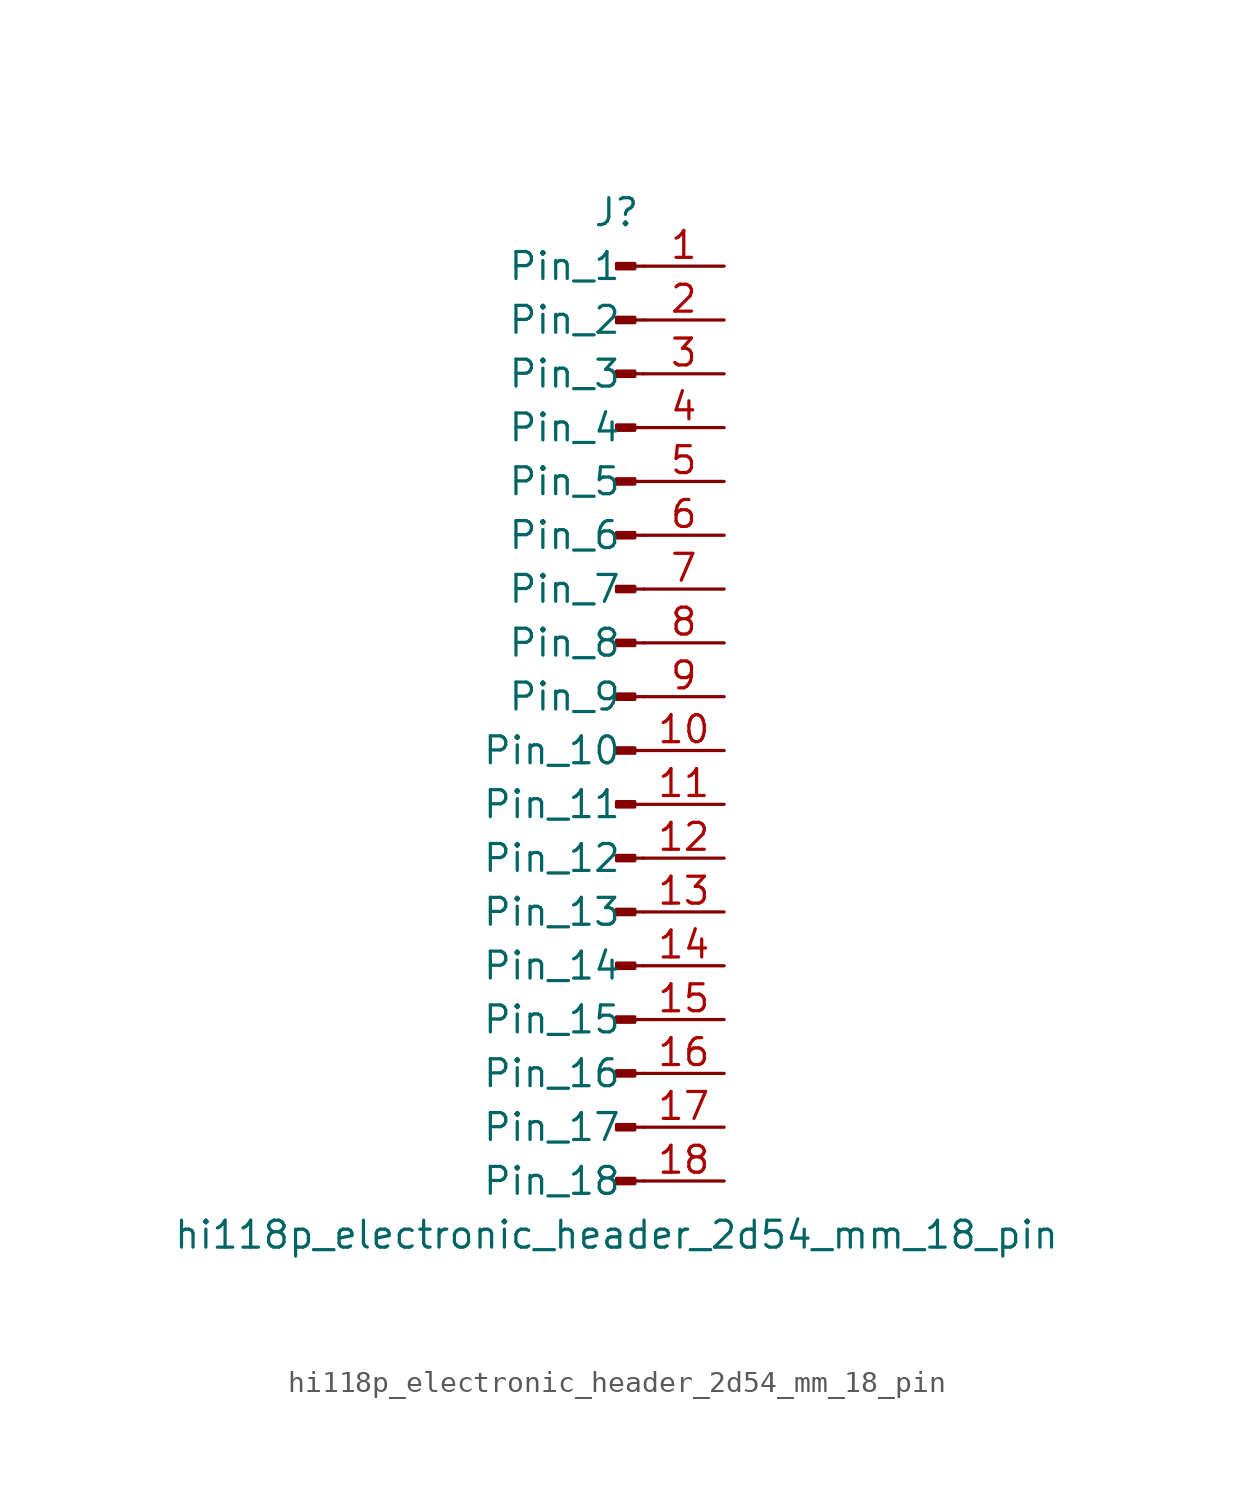
<source format=kicad_sym>
(kicad_symbol_lib
  (version 20220914)
  (generator kicad_symbol_editor)
  (symbol "hi118p_electronic_header_2d54_mm_18_pin"
    (pin_names
      (offset 1.016))
    (property "Reference" "J"
      (at 0 22.86 0)
      (effects (font (size 1.27 1.27))))
    (property "Value" "hi118p_electronic_header_2d54_mm_18_pin"
      (at 0 -25.4 0)
      (effects (font (size 1.27 1.27))))
    (property "ki_locked" ""
      (at 0 0 0)
      (effects (font (size 1.27 1.27))))
    (symbol "hi118p_electronic_header_2d54_mm_18_pin_1_1"
      (polyline (pts (xy 1.27 -22.86) (xy 0.864 -22.86)) (stroke (width 0.152) (type default)) (fill (type none)))
      (polyline (pts (xy 1.27 -20.32) (xy 0.864 -20.32)) (stroke (width 0.152) (type default)) (fill (type none)))
      (polyline (pts (xy 1.27 -17.78) (xy 0.864 -17.78)) (stroke (width 0.152) (type default)) (fill (type none)))
      (polyline (pts (xy 1.27 -15.24) (xy 0.864 -15.24)) (stroke (width 0.152) (type default)) (fill (type none)))
      (polyline (pts (xy 1.27 -12.7) (xy 0.864 -12.7)) (stroke (width 0.152) (type default)) (fill (type none)))
      (polyline (pts (xy 1.27 -10.16) (xy 0.864 -10.16)) (stroke (width 0.152) (type default)) (fill (type none)))
      (polyline (pts (xy 1.27 -7.62) (xy 0.864 -7.62)) (stroke (width 0.152) (type default)) (fill (type none)))
      (polyline (pts (xy 1.27 -5.08) (xy 0.864 -5.08)) (stroke (width 0.152) (type default)) (fill (type none)))
      (polyline (pts (xy 1.27 -2.54) (xy 0.864 -2.54)) (stroke (width 0.152) (type default)) (fill (type none)))
      (polyline (pts (xy 1.27 0) (xy 0.864 0)) (stroke (width 0.152) (type default)) (fill (type none)))
      (polyline (pts (xy 1.27 2.54) (xy 0.864 2.54)) (stroke (width 0.152) (type default)) (fill (type none)))
      (polyline (pts (xy 1.27 5.08) (xy 0.864 5.08)) (stroke (width 0.152) (type default)) (fill (type none)))
      (polyline (pts (xy 1.27 7.62) (xy 0.864 7.62)) (stroke (width 0.152) (type default)) (fill (type none)))
      (polyline (pts (xy 1.27 10.16) (xy 0.864 10.16)) (stroke (width 0.152) (type default)) (fill (type none)))
      (polyline (pts (xy 1.27 12.7) (xy 0.864 12.7)) (stroke (width 0.152) (type default)) (fill (type none)))
      (polyline (pts (xy 1.27 15.24) (xy 0.864 15.24)) (stroke (width 0.152) (type default)) (fill (type none)))
      (polyline (pts (xy 1.27 17.78) (xy 0.864 17.78)) (stroke (width 0.152) (type default)) (fill (type none)))
      (polyline (pts (xy 1.27 20.32) (xy 0.864 20.32)) (stroke (width 0.152) (type default)) (fill (type none)))
      (rectangle (start 0.864 -22.733) (end 0 -22.987) (stroke (width 0.152) (type default)) (fill (type outline)))
      (rectangle (start 0.864 -20.193) (end 0 -20.447) (stroke (width 0.152) (type default)) (fill (type outline)))
      (rectangle (start 0.864 -17.653) (end 0 -17.907) (stroke (width 0.152) (type default)) (fill (type outline)))
      (rectangle (start 0.864 -15.113) (end 0 -15.367) (stroke (width 0.152) (type default)) (fill (type outline)))
      (rectangle (start 0.864 -12.573) (end 0 -12.827) (stroke (width 0.152) (type default)) (fill (type outline)))
      (rectangle (start 0.864 -10.033) (end 0 -10.287) (stroke (width 0.152) (type default)) (fill (type outline)))
      (rectangle (start 0.864 -7.493) (end 0 -7.747) (stroke (width 0.152) (type default)) (fill (type outline)))
      (rectangle (start 0.864 -4.953) (end 0 -5.207) (stroke (width 0.152) (type default)) (fill (type outline)))
      (rectangle (start 0.864 -2.413) (end 0 -2.667) (stroke (width 0.152) (type default)) (fill (type outline)))
      (rectangle (start 0.864 0.127) (end 0 -0.127) (stroke (width 0.152) (type default)) (fill (type outline)))
      (rectangle (start 0.864 2.667) (end 0 2.413) (stroke (width 0.152) (type default)) (fill (type outline)))
      (rectangle (start 0.864 5.207) (end 0 4.953) (stroke (width 0.152) (type default)) (fill (type outline)))
      (rectangle (start 0.864 7.747) (end 0 7.493) (stroke (width 0.152) (type default)) (fill (type outline)))
      (rectangle (start 0.864 10.287) (end 0 10.033) (stroke (width 0.152) (type default)) (fill (type outline)))
      (rectangle (start 0.864 12.827) (end 0 12.573) (stroke (width 0.152) (type default)) (fill (type outline)))
      (rectangle (start 0.864 15.367) (end 0 15.113) (stroke (width 0.152) (type default)) (fill (type outline)))
      (rectangle (start 0.864 17.907) (end 0 17.653) (stroke (width 0.152) (type default)) (fill (type outline)))
      (rectangle (start 0.864 20.447) (end 0 20.193) (stroke (width 0.152) (type default)) (fill (type outline)))
      (pin passive line (at 5.08 20.32 180) (length 3.81) (name "Pin_1" (effects (font (size 1.27 1.27)))) (number "1" (effects (font (size 1.27 1.27)))))
      (pin passive line (at 5.08 -2.54 180) (length 3.81) (name "Pin_10" (effects (font (size 1.27 1.27)))) (number "10" (effects (font (size 1.27 1.27)))))
      (pin passive line (at 5.08 -5.08 180) (length 3.81) (name "Pin_11" (effects (font (size 1.27 1.27)))) (number "11" (effects (font (size 1.27 1.27)))))
      (pin passive line (at 5.08 -7.62 180) (length 3.81) (name "Pin_12" (effects (font (size 1.27 1.27)))) (number "12" (effects (font (size 1.27 1.27)))))
      (pin passive line (at 5.08 -10.16 180) (length 3.81) (name "Pin_13" (effects (font (size 1.27 1.27)))) (number "13" (effects (font (size 1.27 1.27)))))
      (pin passive line (at 5.08 -12.7 180) (length 3.81) (name "Pin_14" (effects (font (size 1.27 1.27)))) (number "14" (effects (font (size 1.27 1.27)))))
      (pin passive line (at 5.08 -15.24 180) (length 3.81) (name "Pin_15" (effects (font (size 1.27 1.27)))) (number "15" (effects (font (size 1.27 1.27)))))
      (pin passive line (at 5.08 -17.78 180) (length 3.81) (name "Pin_16" (effects (font (size 1.27 1.27)))) (number "16" (effects (font (size 1.27 1.27)))))
      (pin passive line (at 5.08 -20.32 180) (length 3.81) (name "Pin_17" (effects (font (size 1.27 1.27)))) (number "17" (effects (font (size 1.27 1.27)))))
      (pin passive line (at 5.08 -22.86 180) (length 3.81) (name "Pin_18" (effects (font (size 1.27 1.27)))) (number "18" (effects (font (size 1.27 1.27)))))
      (pin passive line (at 5.08 17.78 180) (length 3.81) (name "Pin_2" (effects (font (size 1.27 1.27)))) (number "2" (effects (font (size 1.27 1.27)))))
      (pin passive line (at 5.08 15.24 180) (length 3.81) (name "Pin_3" (effects (font (size 1.27 1.27)))) (number "3" (effects (font (size 1.27 1.27)))))
      (pin passive line (at 5.08 12.7 180) (length 3.81) (name "Pin_4" (effects (font (size 1.27 1.27)))) (number "4" (effects (font (size 1.27 1.27)))))
      (pin passive line (at 5.08 10.16 180) (length 3.81) (name "Pin_5" (effects (font (size 1.27 1.27)))) (number "5" (effects (font (size 1.27 1.27)))))
      (pin passive line (at 5.08 7.62 180) (length 3.81) (name "Pin_6" (effects (font (size 1.27 1.27)))) (number "6" (effects (font (size 1.27 1.27)))))
      (pin passive line (at 5.08 5.08 180) (length 3.81) (name "Pin_7" (effects (font (size 1.27 1.27)))) (number "7" (effects (font (size 1.27 1.27)))))
      (pin passive line (at 5.08 2.54 180) (length 3.81) (name "Pin_8" (effects (font (size 1.27 1.27)))) (number "8" (effects (font (size 1.27 1.27)))))
      (pin passive line (at 5.08 0 180) (length 3.81) (name "Pin_9" (effects (font (size 1.27 1.27)))) (number "9" (effects (font (size 1.27 1.27))))))))
</source>
